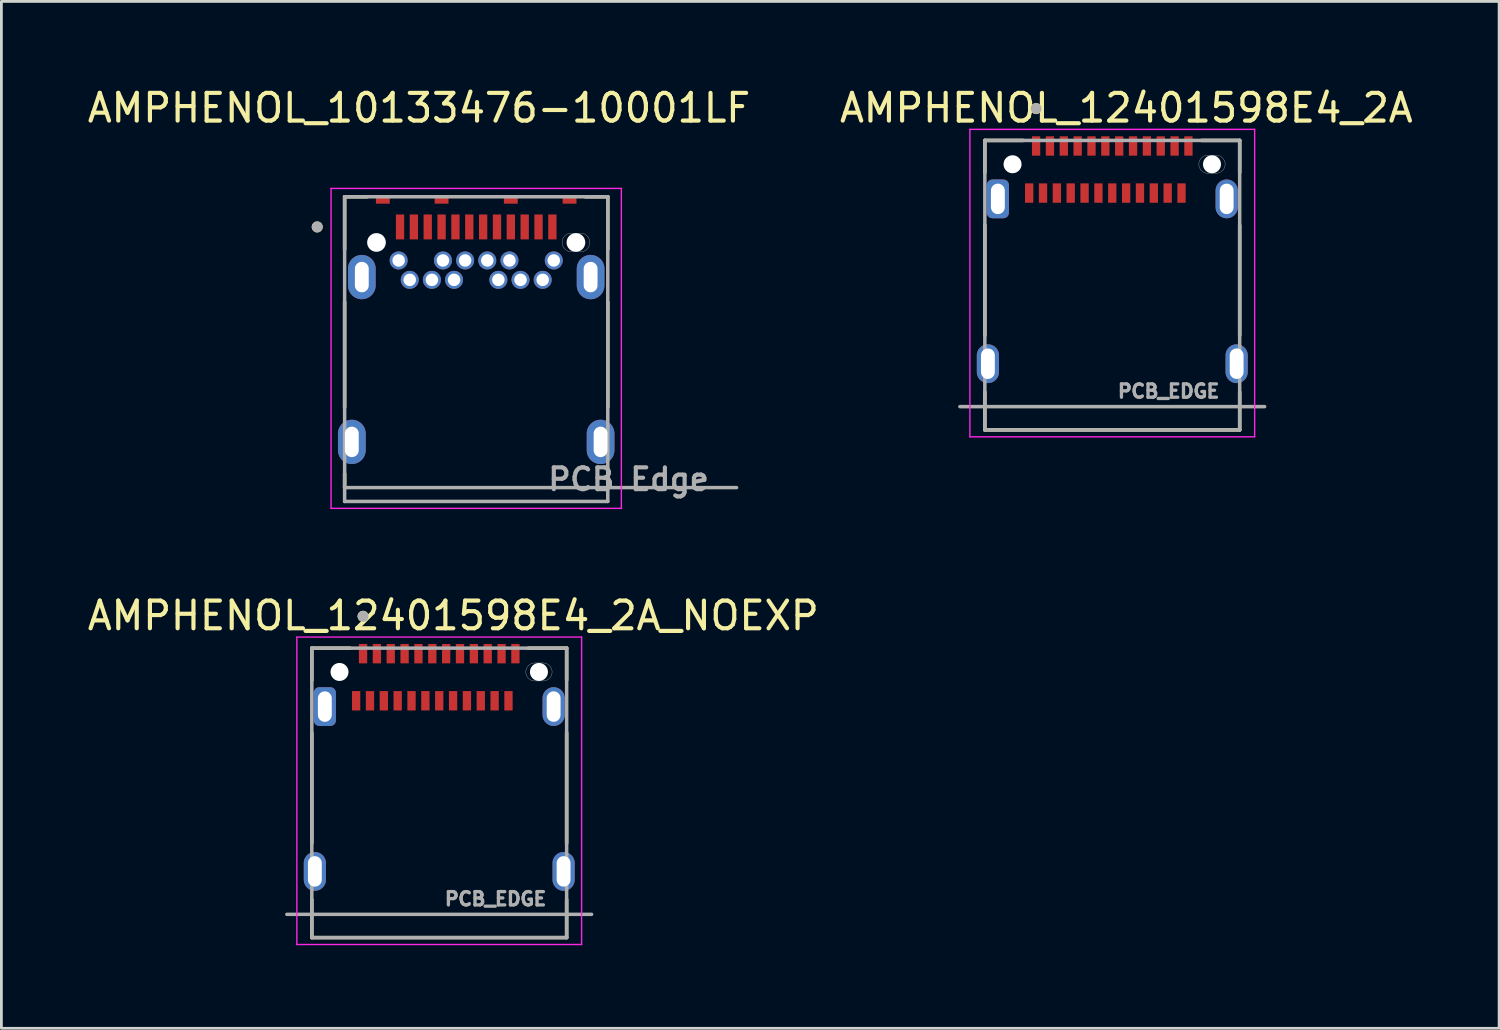
<source format=kicad_pcb>
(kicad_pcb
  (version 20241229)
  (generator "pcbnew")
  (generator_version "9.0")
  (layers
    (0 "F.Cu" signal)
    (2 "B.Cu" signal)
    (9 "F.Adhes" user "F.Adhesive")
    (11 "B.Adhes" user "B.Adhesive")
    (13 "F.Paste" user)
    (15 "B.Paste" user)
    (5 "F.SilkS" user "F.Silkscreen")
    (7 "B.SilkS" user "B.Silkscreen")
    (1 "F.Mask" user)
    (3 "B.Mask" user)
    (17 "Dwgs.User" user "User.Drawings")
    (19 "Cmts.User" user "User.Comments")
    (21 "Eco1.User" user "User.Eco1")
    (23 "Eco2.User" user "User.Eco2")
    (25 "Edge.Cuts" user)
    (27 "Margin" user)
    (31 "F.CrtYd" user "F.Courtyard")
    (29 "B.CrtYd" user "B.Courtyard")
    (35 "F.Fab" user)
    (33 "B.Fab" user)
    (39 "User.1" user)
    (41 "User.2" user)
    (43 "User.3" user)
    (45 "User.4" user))
  (footprint "AMPHENOL_10133476-10001LF"
    (layer "F.Cu")
    (at 14.142 6.953)
    (property "Reference" "AMPHENOL_10133476-10001LF" (at -2.065 -6.105 0) (layer "F.SilkS") (effects (font (size 1 1) (thickness 0.15))))
    (attr through_hole)
    (fp_line (start -4.75 -2.9) (end -4.75 -1) (stroke (width 0.127) (type solid)) (layer "F.SilkS"))
    (fp_line (start -4.75 0.9) (end -4.75 4.7) (stroke (width 0.127) (type solid)) (layer "F.SilkS"))
    (fp_line (start -4.75 7.6) (end -4.75 7.1) (stroke (width 0.127) (type solid)) (layer "F.SilkS"))
    (fp_line (start -3.94 -2.9) (end -4.75 -2.9) (stroke (width 0.127) (type solid)) (layer "F.SilkS"))
    (fp_line (start 4.75 -2.9) (end 3.94 -2.9) (stroke (width 0.127) (type solid)) (layer "F.SilkS"))
    (fp_line (start 4.75 -1) (end 4.75 -2.9) (stroke (width 0.127) (type solid)) (layer "F.SilkS"))
    (fp_line (start 4.75 0.9) (end 4.75 4.7) (stroke (width 0.127) (type solid)) (layer "F.SilkS"))
    (fp_line (start 4.75 7.6) (end 4.75 7.1) (stroke (width 0.127) (type solid)) (layer "F.SilkS"))
    (fp_circle (center -5.74 -1.81) (end -5.64 -1.81) (stroke (width 0.2) (type solid)) (fill no) (layer "F.SilkS"))
    (fp_line (start 3.438 -0.912) (end 3.763 -0.912) (stroke (width 0.01) (type solid)) (layer "Edge.Cuts"))
    (fp_line (start 3.763 -1.587) (end 3.438 -1.587) (stroke (width 0.01) (type solid)) (layer "Edge.Cuts"))
    (fp_arc (start 3.1 -1.25) (mid 3.198851 -1.488649) (end 3.4375 -1.5875) (stroke (width 0.01) (type solid)) (layer "Edge.Cuts"))
    (fp_arc (start 3.4375 -0.9125) (mid 3.198851 -1.011351) (end 3.1 -1.25) (stroke (width 0.01) (type solid)) (layer "Edge.Cuts"))
    (fp_arc (start 3.7625 -1.5875) (mid 4.001149 -1.488649) (end 4.1 -1.25) (stroke (width 0.01) (type solid)) (layer "Edge.Cuts"))
    (fp_arc (start 4.1 -1.25) (mid 4.001149 -1.011351) (end 3.7625 -0.9125) (stroke (width 0.01) (type solid)) (layer "Edge.Cuts"))
    (fp_line (start -5.24 -3.2) (end -5.24 8.35) (stroke (width 0.05) (type solid)) (layer "F.CrtYd"))
    (fp_line (start -5.24 8.35) (end 5.24 8.35) (stroke (width 0.05) (type solid)) (layer "F.CrtYd"))
    (fp_line (start 5.24 -3.2) (end -5.24 -3.2) (stroke (width 0.05) (type solid)) (layer "F.CrtYd"))
    (fp_line (start 5.24 8.35) (end 5.24 -3.2) (stroke (width 0.05) (type solid)) (layer "F.CrtYd"))
    (fp_line (start -4.75 -2.9) (end -4.75 7.6) (stroke (width 0.127) (type solid)) (layer "F.Fab"))
    (fp_line (start -4.75 7.6) (end -4.75 8.1) (stroke (width 0.127) (type solid)) (layer "F.Fab"))
    (fp_line (start -4.75 7.6) (end 4.75 7.6) (stroke (width 0.127) (type solid)) (layer "F.Fab"))
    (fp_line (start -4.75 8.1) (end 4.75 8.1) (stroke (width 0.127) (type solid)) (layer "F.Fab"))
    (fp_line (start 4.75 -2.9) (end -4.75 -2.9) (stroke (width 0.127) (type solid)) (layer "F.Fab"))
    (fp_line (start 4.75 7.6) (end 4.75 -2.9) (stroke (width 0.127) (type solid)) (layer "F.Fab"))
    (fp_line (start 4.75 7.6) (end 9.4 7.6) (stroke (width 0.127) (type solid)) (layer "F.Fab"))
    (fp_line (start 4.75 8.1) (end 4.75 7.6) (stroke (width 0.127) (type solid)) (layer "F.Fab"))
    (fp_circle (center -5.74 -1.81) (end -5.64 -1.81) (stroke (width 0.2) (type solid)) (fill no) (layer "F.Fab"))
    (fp_text user "PCB Edge" (at 5.5 7.3 0) (layer "F.Fab") (effects (font (size 0.787 0.787) (thickness 0.15))))
    (pad "" np_thru_hole circle (at -3.6 -1.25) (size 0.675 0.675) (drill 0.675) (layers "*.Cu" "*.Mask"))
    (pad "" np_thru_hole circle (at 3.6 -1.25) (size 0.675 0.675) (drill 0.675) (layers "*.Cu" "*.Mask"))
    (pad "A1" smd rect (at -2.75 -1.81) (size 0.3 0.9) (layers "F.Cu" "F.Mask" "F.Paste"))
    (pad "A2" smd rect (at -2.25 -1.81) (size 0.3 0.9) (layers "F.Cu" "F.Mask" "F.Paste"))
    (pad "A3" smd rect (at -1.75 -1.81) (size 0.3 0.9) (layers "F.Cu" "F.Mask" "F.Paste"))
    (pad "A4" smd rect (at -1.25 -1.81) (size 0.3 0.9) (layers "F.Cu" "F.Mask" "F.Paste"))
    (pad "A5" smd rect (at -0.75 -1.81) (size 0.3 0.9) (layers "F.Cu" "F.Mask" "F.Paste"))
    (pad "A6" smd rect (at -0.25 -1.81) (size 0.3 0.9) (layers "F.Cu" "F.Mask" "F.Paste"))
    (pad "A7" smd rect (at 0.25 -1.81) (size 0.3 0.9) (layers "F.Cu" "F.Mask" "F.Paste"))
    (pad "A8" smd rect (at 0.75 -1.81) (size 0.3 0.9) (layers "F.Cu" "F.Mask" "F.Paste"))
    (pad "A9" smd rect (at 1.25 -1.81) (size 0.3 0.9) (layers "F.Cu" "F.Mask" "F.Paste"))
    (pad "A10" smd rect (at 1.75 -1.81) (size 0.3 0.9) (layers "F.Cu" "F.Mask" "F.Paste"))
    (pad "A11" smd rect (at 2.25 -1.81) (size 0.3 0.9) (layers "F.Cu" "F.Mask" "F.Paste"))
    (pad "A12" smd rect (at 2.75 -1.81) (size 0.3 0.9) (layers "F.Cu" "F.Mask" "F.Paste"))
    (pad "B1" thru_hole circle (at 2.8 -0.6) (size 0.65 0.65) (drill 0.45) (layers "*.Cu" "*.Mask"))
    (pad "B2" thru_hole circle (at 2.4 0.1) (size 0.65 0.65) (drill 0.45) (layers "*.Cu" "*.Mask"))
    (pad "B3" thru_hole circle (at 1.6 0.1) (size 0.65 0.65) (drill 0.45) (layers "*.Cu" "*.Mask"))
    (pad "B4" thru_hole circle (at 1.2 -0.6) (size 0.65 0.65) (drill 0.45) (layers "*.Cu" "*.Mask"))
    (pad "B5" thru_hole circle (at 0.8 0.1) (size 0.65 0.65) (drill 0.45) (layers "*.Cu" "*.Mask"))
    (pad "B6" thru_hole circle (at 0.4 -0.6) (size 0.65 0.65) (drill 0.45) (layers "*.Cu" "*.Mask"))
    (pad "B7" thru_hole circle (at -0.4 -0.6) (size 0.65 0.65) (drill 0.45) (layers "*.Cu" "*.Mask"))
    (pad "B8" thru_hole circle (at -0.8 0.1) (size 0.65 0.65) (drill 0.45) (layers "*.Cu" "*.Mask"))
    (pad "B9" thru_hole circle (at -1.2 -0.6) (size 0.65 0.65) (drill 0.45) (layers "*.Cu" "*.Mask"))
    (pad "B10" thru_hole circle (at -1.6 0.1) (size 0.65 0.65) (drill 0.45) (layers "*.Cu" "*.Mask"))
    (pad "B11" thru_hole circle (at -2.4 0.1) (size 0.65 0.65) (drill 0.45) (layers "*.Cu" "*.Mask"))
    (pad "B12" thru_hole circle (at -2.8 -0.6) (size 0.65 0.65) (drill 0.45) (layers "*.Cu" "*.Mask"))
    (pad "SH1" smd rect (at -3.37 -2.8) (size 0.5 0.3) (layers "F.Cu" "F.Mask" "F.Paste"))
    (pad "SH2" smd rect (at -1.25 -2.8) (size 0.5 0.3) (layers "F.Cu" "F.Mask" "F.Paste"))
    (pad "SH3" smd rect (at 1.25 -2.8) (size 0.5 0.3) (layers "F.Cu" "F.Mask" "F.Paste"))
    (pad "SH4" smd rect (at 3.37 -2.8) (size 0.5 0.3) (layers "F.Cu" "F.Mask" "F.Paste"))
    (pad "SH5" thru_hole oval (at -4.13 0) (size 1 1.6) (drill oval 0.5 1.1) (layers "*.Cu" "*.Mask"))
    (pad "SH6" thru_hole oval (at 4.13 0) (size 1 1.6) (drill oval 0.5 1.1) (layers "*.Cu" "*.Mask"))
    (pad "SH7" thru_hole oval (at -4.49 5.95) (size 1 1.6) (drill oval 0.5 1.1) (layers "*.Cu" "*.Mask"))
    (pad "SH8" thru_hole oval (at 4.49 5.95) (size 1 1.6) (drill oval 0.5 1.1) (layers "*.Cu" "*.Mask")))
  (footprint "AMPHENOL_12401598E4_2A_NOEXP"
    (layer "F.Cu")
    (at 12.807 25.273)
    (property "Reference" "AMPHENOL_12401598E4_2A_NOEXP" (at 0.508 -6.096 0) (layer "F.SilkS") (effects (font (size 1 1) (thickness 0.15))))
    (attr smd)
    (fp_line (start -4.6 -4.924) (end -3.22 -4.924) (stroke (width 0.127) (type solid)) (layer "F.SilkS"))
    (fp_line (start -4.6 -3.764) (end -4.6 -4.924) (stroke (width 0.127) (type solid)) (layer "F.SilkS"))
    (fp_line (start -4.6 -1.864) (end -4.6 2.116) (stroke (width 0.127) (type solid)) (layer "F.SilkS"))
    (fp_line (start -4.6 5.526) (end -4.6 4.156) (stroke (width 0.127) (type solid)) (layer "F.SilkS"))
    (fp_line (start 3.22 -4.924) (end 4.6 -4.924) (stroke (width 0.127) (type solid)) (layer "F.SilkS"))
    (fp_line (start 4.6 -4.924) (end 4.6 -3.764) (stroke (width 0.127) (type solid)) (layer "F.SilkS"))
    (fp_line (start 4.6 -1.864) (end 4.6 2.116) (stroke (width 0.127) (type solid)) (layer "F.SilkS"))
    (fp_line (start 4.6 5.526) (end -4.6 5.526) (stroke (width 0.127) (type solid)) (layer "F.SilkS"))
    (fp_line (start 4.6 5.526) (end 4.6 4.156) (stroke (width 0.127) (type solid)) (layer "F.SilkS"))
    (fp_circle (center -2.75 -6.074) (end -2.65 -6.074) (stroke (width 0.2) (type solid)) (fill no) (layer "F.SilkS"))
    (fp_line (start 3.45 -4.389) (end 3.75 -4.389) (stroke (width 0.01) (type solid)) (layer "Edge.Cuts"))
    (fp_line (start 3.75 -3.739) (end 3.45 -3.739) (stroke (width 0.01) (type solid)) (layer "Edge.Cuts"))
    (fp_arc (start 3.125 -4.064) (mid 3.22019 -4.29381) (end 3.45 -4.389) (stroke (width 0.01) (type solid)) (layer "Edge.Cuts"))
    (fp_arc (start 3.45 -3.739) (mid 3.22019 -3.83419) (end 3.125 -4.064) (stroke (width 0.01) (type solid)) (layer "Edge.Cuts"))
    (fp_arc (start 3.75 -4.389) (mid 3.97981 -4.29381) (end 4.075 -4.064) (stroke (width 0.01) (type solid)) (layer "Edge.Cuts"))
    (fp_arc (start 4.075 -4.064) (mid 3.97981 -3.83419) (end 3.75 -3.739) (stroke (width 0.01) (type solid)) (layer "Edge.Cuts"))
    (fp_line (start -5.14 -5.324) (end -5.14 5.776) (stroke (width 0.05) (type solid)) (layer "F.CrtYd"))
    (fp_line (start -5.14 5.776) (end 5.14 5.776) (stroke (width 0.05) (type solid)) (layer "F.CrtYd"))
    (fp_line (start 5.14 -5.324) (end -5.14 -5.324) (stroke (width 0.05) (type solid)) (layer "F.CrtYd"))
    (fp_line (start 5.14 5.776) (end 5.14 -5.324) (stroke (width 0.05) (type solid)) (layer "F.CrtYd"))
    (fp_line (start -5.5 4.686) (end 5.5 4.686) (stroke (width 0.127) (type solid)) (layer "F.Fab"))
    (fp_line (start -4.6 -4.924) (end 4.6 -4.924) (stroke (width 0.127) (type solid)) (layer "F.Fab"))
    (fp_line (start -4.6 5.526) (end -4.6 -4.924) (stroke (width 0.127) (type solid)) (layer "F.Fab"))
    (fp_line (start 4.6 -4.924) (end 4.6 5.526) (stroke (width 0.127) (type solid)) (layer "F.Fab"))
    (fp_line (start 4.6 5.526) (end -4.6 5.526) (stroke (width 0.127) (type solid)) (layer "F.Fab"))
    (fp_circle (center -2.75 -6.074) (end -2.65 -6.074) (stroke (width 0.2) (type solid)) (fill no) (layer "F.Fab"))
    (fp_text user "PCB_EDGE" (at 2.034 4.13 0) (layer "F.Fab") (effects (font (size 0.48 0.48) (thickness 0.12))))
    (pad "" np_thru_hole circle (at -3.6 -4.064) (size 0.65 0.65) (drill 0.65) (layers "*.Cu" "*.Mask"))
    (pad "" np_thru_hole circle (at 3.6 -4.064) (size 0.65 0.65) (drill 0.65) (layers "*.Cu" "*.Mask"))
    (pad "A1" smd rect (at -2.75 -4.724) (size 0.3 0.7) (layers "F.Cu" "F.Mask" "F.Paste"))
    (pad "A2" smd rect (at -2.25 -4.724) (size 0.3 0.7) (layers "F.Cu" "F.Mask" "F.Paste"))
    (pad "A3" smd rect (at -1.75 -4.724) (size 0.3 0.7) (layers "F.Cu" "F.Mask" "F.Paste"))
    (pad "A4" smd rect (at -1.25 -4.724) (size 0.3 0.7) (layers "F.Cu" "F.Mask" "F.Paste"))
    (pad "A5" smd rect (at -0.75 -4.724) (size 0.3 0.7) (layers "F.Cu" "F.Mask" "F.Paste"))
    (pad "A6" smd rect (at -0.25 -4.724) (size 0.3 0.7) (layers "F.Cu" "F.Mask" "F.Paste"))
    (pad "A7" smd rect (at 0.25 -4.724) (size 0.3 0.7) (layers "F.Cu" "F.Mask" "F.Paste"))
    (pad "A8" smd rect (at 0.75 -4.724) (size 0.3 0.7) (layers "F.Cu" "F.Mask" "F.Paste"))
    (pad "A9" smd rect (at 1.25 -4.724) (size 0.3 0.7) (layers "F.Cu" "F.Mask" "F.Paste"))
    (pad "A10" smd rect (at 1.75 -4.724) (size 0.3 0.7) (layers "F.Cu" "F.Mask" "F.Paste"))
    (pad "A11" smd rect (at 2.25 -4.724) (size 0.3 0.7) (layers "F.Cu" "F.Mask" "F.Paste"))
    (pad "A12" smd rect (at 2.75 -4.724) (size 0.3 0.7) (layers "F.Cu" "F.Mask" "F.Paste"))
    (pad "B1" smd rect (at 2.5 -3.024) (size 0.3 0.7) (layers "F.Cu" "F.Mask" "F.Paste"))
    (pad "B2" smd rect (at 2 -3.024) (size 0.3 0.7) (layers "F.Cu" "F.Mask" "F.Paste"))
    (pad "B3" smd rect (at 1.5 -3.024) (size 0.3 0.7) (layers "F.Cu" "F.Mask" "F.Paste"))
    (pad "B4" smd rect (at 1 -3.024) (size 0.3 0.7) (layers "F.Cu" "F.Mask" "F.Paste"))
    (pad "B5" smd rect (at 0.5 -3.024) (size 0.3 0.7) (layers "F.Cu" "F.Mask" "F.Paste"))
    (pad "B6" smd rect (at 0 -3.024) (size 0.3 0.7) (layers "F.Cu" "F.Mask" "F.Paste"))
    (pad "B7" smd rect (at -0.5 -3.024) (size 0.3 0.7) (layers "F.Cu" "F.Mask" "F.Paste"))
    (pad "B8" smd rect (at -1 -3.024) (size 0.3 0.7) (layers "F.Cu" "F.Mask" "F.Paste"))
    (pad "B9" smd rect (at -1.5 -3.024) (size 0.3 0.7) (layers "F.Cu" "F.Mask" "F.Paste"))
    (pad "B10" smd rect (at -2 -3.024) (size 0.3 0.7) (layers "F.Cu" "F.Mask" "F.Paste"))
    (pad "B11" smd rect (at -2.5 -3.024) (size 0.3 0.7) (layers "F.Cu" "F.Mask" "F.Paste"))
    (pad "B12" smd rect (at -3 -3.024) (size 0.3 0.7) (layers "F.Cu" "F.Mask" "F.Paste"))
    (pad "SH1" thru_hole roundrect (at -4.13 -2.814) (size 0.8 1.4) (drill oval 0.5 1.1) (layers "*.Cu" "*.Mask") (roundrect_rratio 0.25))
    (pad "SH2" thru_hole oval (at -4.49 3.136) (size 0.8 1.4) (drill oval 0.5 1.1) (layers "*.Cu" "*.Mask"))
    (pad "SH3" thru_hole oval (at 4.49 3.136) (size 0.8 1.4) (drill oval 0.5 1.1) (layers "*.Cu" "*.Mask"))
    (pad "SH4" thru_hole oval (at 4.13 -2.814) (size 0.8 1.4) (drill oval 0.5 1.1) (layers "*.Cu" "*.Mask")))
  (footprint "AMPHENOL_12401598E4_2A"
    (layer "F.Cu")
    (at 37.105 6.944)
    (property "Reference" "AMPHENOL_12401598E4_2A" (at 0.508 -6.096 0) (layer "F.SilkS") (effects (font (size 1 1) (thickness 0.15))))
    (attr smd)
    (fp_line (start -4.6 -4.924) (end -3.22 -4.924) (stroke (width 0.127) (type solid)) (layer "F.SilkS"))
    (fp_line (start -4.6 -3.764) (end -4.6 -4.924) (stroke (width 0.127) (type solid)) (layer "F.SilkS"))
    (fp_line (start -4.6 -1.864) (end -4.6 2.116) (stroke (width 0.127) (type solid)) (layer "F.SilkS"))
    (fp_line (start -4.6 5.526) (end -4.6 4.156) (stroke (width 0.127) (type solid)) (layer "F.SilkS"))
    (fp_line (start 3.22 -4.924) (end 4.6 -4.924) (stroke (width 0.127) (type solid)) (layer "F.SilkS"))
    (fp_line (start 4.6 -4.924) (end 4.6 -3.764) (stroke (width 0.127) (type solid)) (layer "F.SilkS"))
    (fp_line (start 4.6 -1.864) (end 4.6 2.116) (stroke (width 0.127) (type solid)) (layer "F.SilkS"))
    (fp_line (start 4.6 5.526) (end -4.6 5.526) (stroke (width 0.127) (type solid)) (layer "F.SilkS"))
    (fp_line (start 4.6 5.526) (end 4.6 4.156) (stroke (width 0.127) (type solid)) (layer "F.SilkS"))
    (fp_circle (center -2.75 -6.074) (end -2.65 -6.074) (stroke (width 0.2) (type solid)) (fill no) (layer "F.SilkS"))
    (fp_line (start 3.45 -4.389) (end 3.75 -4.389) (stroke (width 0.01) (type solid)) (layer "Edge.Cuts"))
    (fp_line (start 3.75 -3.739) (end 3.45 -3.739) (stroke (width 0.01) (type solid)) (layer "Edge.Cuts"))
    (fp_arc (start 3.125 -4.064) (mid 3.22019 -4.29381) (end 3.45 -4.389) (stroke (width 0.01) (type solid)) (layer "Edge.Cuts"))
    (fp_arc (start 3.45 -3.739) (mid 3.22019 -3.83419) (end 3.125 -4.064) (stroke (width 0.01) (type solid)) (layer "Edge.Cuts"))
    (fp_arc (start 3.75 -4.389) (mid 3.97981 -4.29381) (end 4.075 -4.064) (stroke (width 0.01) (type solid)) (layer "Edge.Cuts"))
    (fp_arc (start 4.075 -4.064) (mid 3.97981 -3.83419) (end 3.75 -3.739) (stroke (width 0.01) (type solid)) (layer "Edge.Cuts"))
    (fp_line (start -5.14 -5.324) (end -5.14 5.776) (stroke (width 0.05) (type solid)) (layer "F.CrtYd"))
    (fp_line (start -5.14 5.776) (end 5.14 5.776) (stroke (width 0.05) (type solid)) (layer "F.CrtYd"))
    (fp_line (start 5.14 -5.324) (end -5.14 -5.324) (stroke (width 0.05) (type solid)) (layer "F.CrtYd"))
    (fp_line (start 5.14 5.776) (end 5.14 -5.324) (stroke (width 0.05) (type solid)) (layer "F.CrtYd"))
    (fp_line (start -5.5 4.686) (end 5.5 4.686) (stroke (width 0.127) (type solid)) (layer "F.Fab"))
    (fp_line (start -4.6 -4.924) (end 4.6 -4.924) (stroke (width 0.127) (type solid)) (layer "F.Fab"))
    (fp_line (start -4.6 5.526) (end -4.6 -4.924) (stroke (width 0.127) (type solid)) (layer "F.Fab"))
    (fp_line (start 4.6 -4.924) (end 4.6 5.526) (stroke (width 0.127) (type solid)) (layer "F.Fab"))
    (fp_line (start 4.6 5.526) (end -4.6 5.526) (stroke (width 0.127) (type solid)) (layer "F.Fab"))
    (fp_circle (center -2.75 -6.074) (end -2.65 -6.074) (stroke (width 0.2) (type solid)) (fill no) (layer "F.Fab"))
    (fp_text user "PCB_EDGE" (at 2.034 4.13 0) (layer "F.Fab") (effects (font (size 0.48 0.48) (thickness 0.12))))
    (pad "" np_thru_hole circle (at -3.6 -4.064) (size 0.65 0.65) (drill 0.65) (layers "*.Cu" "*.Mask"))
    (pad "" np_thru_hole circle (at 3.6 -4.064) (size 0.65 0.65) (drill 0.65) (layers "*.Cu" "*.Mask"))
    (pad "A1" smd rect (at -2.75 -4.724) (size 0.3 0.7) (layers "F.Cu" "F.Mask" "F.Paste"))
    (pad "A2" smd rect (at -2.25 -4.724) (size 0.3 0.7) (layers "F.Cu" "F.Mask" "F.Paste"))
    (pad "A3" smd rect (at -1.75 -4.724) (size 0.3 0.7) (layers "F.Cu" "F.Mask" "F.Paste"))
    (pad "A4" smd rect (at -1.25 -4.724) (size 0.3 0.7) (layers "F.Cu" "F.Mask" "F.Paste"))
    (pad "A5" smd rect (at -0.75 -4.724) (size 0.3 0.7) (layers "F.Cu" "F.Mask" "F.Paste"))
    (pad "A6" smd rect (at -0.25 -4.724) (size 0.3 0.7) (layers "F.Cu" "F.Mask" "F.Paste"))
    (pad "A7" smd rect (at 0.25 -4.724) (size 0.3 0.7) (layers "F.Cu" "F.Mask" "F.Paste"))
    (pad "A8" smd rect (at 0.75 -4.724) (size 0.3 0.7) (layers "F.Cu" "F.Mask" "F.Paste"))
    (pad "A9" smd rect (at 1.25 -4.724) (size 0.3 0.7) (layers "F.Cu" "F.Mask" "F.Paste"))
    (pad "A10" smd rect (at 1.75 -4.724) (size 0.3 0.7) (layers "F.Cu" "F.Mask" "F.Paste"))
    (pad "A11" smd rect (at 2.25 -4.724) (size 0.3 0.7) (layers "F.Cu" "F.Mask" "F.Paste"))
    (pad "A12" smd rect (at 2.75 -4.724) (size 0.3 0.7) (layers "F.Cu" "F.Mask" "F.Paste"))
    (pad "B1" smd rect (at 2.5 -3.024) (size 0.3 0.7) (layers "F.Cu" "F.Mask" "F.Paste"))
    (pad "B2" smd rect (at 2 -3.024) (size 0.3 0.7) (layers "F.Cu" "F.Mask" "F.Paste"))
    (pad "B3" smd rect (at 1.5 -3.024) (size 0.3 0.7) (layers "F.Cu" "F.Mask" "F.Paste"))
    (pad "B4" smd rect (at 1 -3.024) (size 0.3 0.7) (layers "F.Cu" "F.Mask" "F.Paste"))
    (pad "B5" smd rect (at 0.5 -3.024) (size 0.3 0.7) (layers "F.Cu" "F.Mask" "F.Paste"))
    (pad "B6" smd rect (at 0 -3.024) (size 0.3 0.7) (layers "F.Cu" "F.Mask" "F.Paste"))
    (pad "B7" smd rect (at -0.5 -3.024) (size 0.3 0.7) (layers "F.Cu" "F.Mask" "F.Paste"))
    (pad "B8" smd rect (at -1 -3.024) (size 0.3 0.7) (layers "F.Cu" "F.Mask" "F.Paste"))
    (pad "B9" smd rect (at -1.5 -3.024) (size 0.3 0.7) (layers "F.Cu" "F.Mask" "F.Paste"))
    (pad "B10" smd rect (at -2 -3.024) (size 0.3 0.7) (layers "F.Cu" "F.Mask" "F.Paste"))
    (pad "B11" smd rect (at -2.5 -3.024) (size 0.3 0.7) (layers "F.Cu" "F.Mask" "F.Paste"))
    (pad "B12" smd rect (at -3 -3.024) (size 0.3 0.7) (layers "F.Cu" "F.Mask" "F.Paste"))
    (pad "SH1" thru_hole roundrect (at -4.13 -2.814) (size 0.8 1.4) (drill oval 0.5 1.1) (layers "*.Cu" "*.Mask") (roundrect_rratio 0.25))
    (pad "SH2" thru_hole oval (at -4.49 3.136) (size 0.8 1.4) (drill oval 0.5 1.1) (layers "*.Cu" "*.Mask"))
    (pad "SH3" thru_hole oval (at 4.49 3.136) (size 0.8 1.4) (drill oval 0.5 1.1) (layers "*.Cu" "*.Mask"))
    (pad "SH4" thru_hole oval (at 4.13 -2.814) (size 0.8 1.4) (drill oval 0.5 1.1) (layers "*.Cu" "*.Mask"))
    (zone (net_name "") (layer "F.Cu") (hatch full 0.508) (connect_pads) (min_thickness 0.01) (filled_areas_thickness no) (keepout (tracks not_allowed) (vias not_allowed) (pads not_allowed) (copperpour not_allowed) (footprints allowed)) (placement (enabled no)) (fill) (polygon (pts (xy 33.355 4.83) (xy 40.855 4.83) (xy 40.855 11.63) (xy 33.355 11.63))))
    (zone (net_name "") (layers "F.Cu" "B.Cu") (hatch full 0.508) (connect_pads) (min_thickness 0.01) (filled_areas_thickness no) (keepout (tracks allowed) (vias not_allowed) (pads allowed) (copperpour allowed) (footprints allowed)) (placement (enabled no)) (fill) (polygon (pts (xy 33.355 4.83) (xy 40.855 4.83) (xy 40.855 11.63) (xy 33.355 11.63)))))
  (gr_rect
    (start -3 -3)
    (end 51.071 34.074)
    (stroke (width 0.1) (type default))
    (fill no)
    (layer "Edge.Cuts")))
</source>
